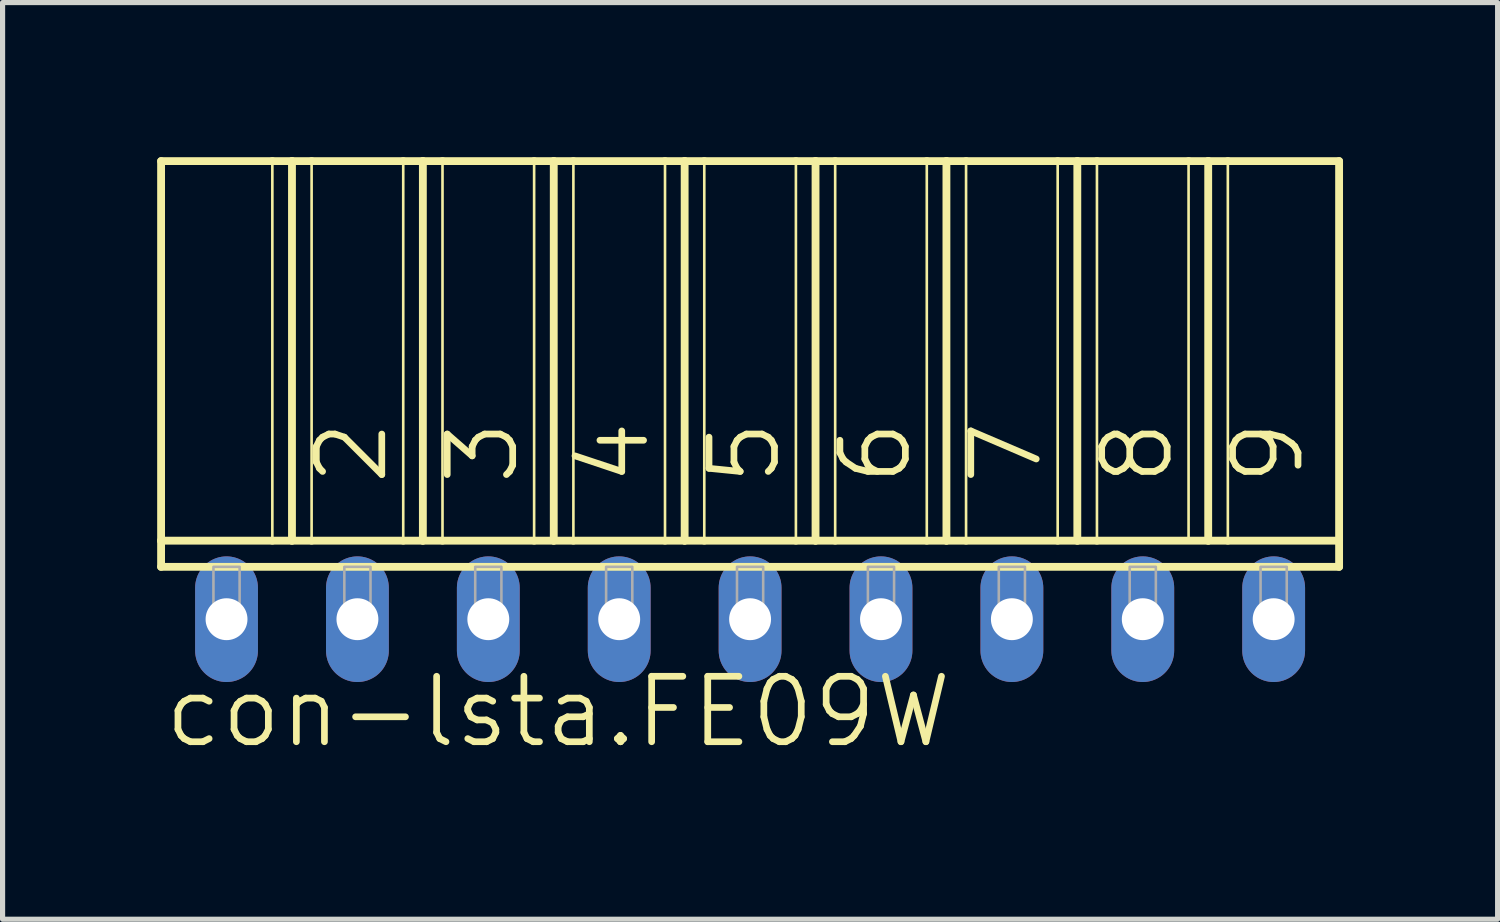
<source format=kicad_pcb>
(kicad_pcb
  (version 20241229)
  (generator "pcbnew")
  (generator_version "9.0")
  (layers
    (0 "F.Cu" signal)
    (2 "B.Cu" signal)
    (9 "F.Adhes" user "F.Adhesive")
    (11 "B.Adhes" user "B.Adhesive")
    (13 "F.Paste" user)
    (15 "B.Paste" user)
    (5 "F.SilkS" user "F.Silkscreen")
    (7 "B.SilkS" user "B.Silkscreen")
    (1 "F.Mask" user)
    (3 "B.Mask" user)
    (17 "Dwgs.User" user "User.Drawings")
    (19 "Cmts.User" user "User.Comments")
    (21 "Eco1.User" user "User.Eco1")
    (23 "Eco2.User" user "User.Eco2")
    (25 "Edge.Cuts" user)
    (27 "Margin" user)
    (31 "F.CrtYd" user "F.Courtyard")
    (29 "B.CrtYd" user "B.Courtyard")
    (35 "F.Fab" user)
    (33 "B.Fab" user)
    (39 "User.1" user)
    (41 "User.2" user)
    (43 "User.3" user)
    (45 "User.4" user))
  (footprint "con-lsta.FE09W"
    (layer "F.Cu")
    (at 11.506 8.966)
    (property "Reference" "con-lsta.FE09W" (at -11.43 2.54 0) (layer "F.SilkS") (effects (font (size 1.27 1.27) (thickness 0.13)) (justify left bottom)))
    (attr through_hole)
    (fp_line (start -11.43 -8.89) (end -9.271 -8.89) (stroke (width 0.152) (type default)) (layer "F.SilkS"))
    (fp_line (start -11.43 -1.524) (end -11.43 -8.89) (stroke (width 0.152) (type default)) (layer "F.SilkS"))
    (fp_line (start -11.43 -1.524) (end -9.271 -1.524) (stroke (width 0.152) (type default)) (layer "F.SilkS"))
    (fp_line (start -11.43 -1.016) (end -11.43 -1.524) (stroke (width 0.152) (type default)) (layer "F.SilkS"))
    (fp_line (start -11.43 -1.016) (end 11.43 -1.016) (stroke (width 0.152) (type default)) (layer "F.SilkS"))
    (fp_line (start -9.271 -8.89) (end -9.271 -1.524) (stroke (width 0.051) (type default)) (layer "F.SilkS"))
    (fp_line (start -9.271 -8.89) (end -8.89 -8.89) (stroke (width 0.152) (type default)) (layer "F.SilkS"))
    (fp_line (start -9.271 -1.524) (end -8.89 -1.524) (stroke (width 0.152) (type default)) (layer "F.SilkS"))
    (fp_line (start -8.89 -8.89) (end -8.89 -1.524) (stroke (width 0.152) (type default)) (layer "F.SilkS"))
    (fp_line (start -8.89 -8.89) (end -8.509 -8.89) (stroke (width 0.152) (type default)) (layer "F.SilkS"))
    (fp_line (start -8.89 -1.524) (end -8.509 -1.524) (stroke (width 0.152) (type default)) (layer "F.SilkS"))
    (fp_line (start -8.509 -8.89) (end -8.509 -1.524) (stroke (width 0.051) (type default)) (layer "F.SilkS"))
    (fp_line (start -8.509 -8.89) (end -6.731 -8.89) (stroke (width 0.152) (type default)) (layer "F.SilkS"))
    (fp_line (start -8.509 -1.524) (end -6.731 -1.524) (stroke (width 0.152) (type default)) (layer "F.SilkS"))
    (fp_line (start -6.731 -8.89) (end -6.731 -1.524) (stroke (width 0.051) (type default)) (layer "F.SilkS"))
    (fp_line (start -6.731 -8.89) (end -6.35 -8.89) (stroke (width 0.152) (type default)) (layer "F.SilkS"))
    (fp_line (start -6.731 -1.524) (end -6.35 -1.524) (stroke (width 0.152) (type default)) (layer "F.SilkS"))
    (fp_line (start -6.35 -8.89) (end -6.35 -1.524) (stroke (width 0.152) (type default)) (layer "F.SilkS"))
    (fp_line (start -6.35 -8.89) (end -5.969 -8.89) (stroke (width 0.152) (type default)) (layer "F.SilkS"))
    (fp_line (start -6.35 -1.524) (end -5.969 -1.524) (stroke (width 0.152) (type default)) (layer "F.SilkS"))
    (fp_line (start -5.969 -8.89) (end -5.969 -1.524) (stroke (width 0.051) (type default)) (layer "F.SilkS"))
    (fp_line (start -5.969 -8.89) (end -4.191 -8.89) (stroke (width 0.152) (type default)) (layer "F.SilkS"))
    (fp_line (start -5.969 -1.524) (end -4.191 -1.524) (stroke (width 0.152) (type default)) (layer "F.SilkS"))
    (fp_line (start -4.191 -8.89) (end -4.191 -1.524) (stroke (width 0.051) (type default)) (layer "F.SilkS"))
    (fp_line (start -4.191 -8.89) (end -3.81 -8.89) (stroke (width 0.152) (type default)) (layer "F.SilkS"))
    (fp_line (start -4.191 -1.524) (end -3.81 -1.524) (stroke (width 0.152) (type default)) (layer "F.SilkS"))
    (fp_line (start -3.81 -8.89) (end -3.81 -1.524) (stroke (width 0.152) (type default)) (layer "F.SilkS"))
    (fp_line (start -3.81 -8.89) (end -3.429 -8.89) (stroke (width 0.152) (type default)) (layer "F.SilkS"))
    (fp_line (start -3.81 -1.524) (end -3.429 -1.524) (stroke (width 0.152) (type default)) (layer "F.SilkS"))
    (fp_line (start -3.429 -8.89) (end -3.429 -1.524) (stroke (width 0.051) (type default)) (layer "F.SilkS"))
    (fp_line (start -3.429 -8.89) (end -1.651 -8.89) (stroke (width 0.152) (type default)) (layer "F.SilkS"))
    (fp_line (start -3.429 -1.524) (end -1.651 -1.524) (stroke (width 0.152) (type default)) (layer "F.SilkS"))
    (fp_line (start -1.651 -8.89) (end -1.651 -1.524) (stroke (width 0.051) (type default)) (layer "F.SilkS"))
    (fp_line (start -1.651 -8.89) (end -1.27 -8.89) (stroke (width 0.152) (type default)) (layer "F.SilkS"))
    (fp_line (start -1.651 -1.524) (end -1.27 -1.524) (stroke (width 0.152) (type default)) (layer "F.SilkS"))
    (fp_line (start -1.27 -8.89) (end -1.27 -1.524) (stroke (width 0.152) (type default)) (layer "F.SilkS"))
    (fp_line (start -1.27 -8.89) (end -0.889 -8.89) (stroke (width 0.152) (type default)) (layer "F.SilkS"))
    (fp_line (start -1.27 -1.524) (end -0.889 -1.524) (stroke (width 0.152) (type default)) (layer "F.SilkS"))
    (fp_line (start -0.889 -8.89) (end -0.889 -1.524) (stroke (width 0.051) (type default)) (layer "F.SilkS"))
    (fp_line (start -0.889 -8.89) (end 0.889 -8.89) (stroke (width 0.152) (type default)) (layer "F.SilkS"))
    (fp_line (start -0.889 -1.524) (end 0.889 -1.524) (stroke (width 0.152) (type default)) (layer "F.SilkS"))
    (fp_line (start 0.889 -8.89) (end 0.889 -1.524) (stroke (width 0.051) (type default)) (layer "F.SilkS"))
    (fp_line (start 0.889 -8.89) (end 1.27 -8.89) (stroke (width 0.152) (type default)) (layer "F.SilkS"))
    (fp_line (start 0.889 -1.524) (end 1.27 -1.524) (stroke (width 0.152) (type default)) (layer "F.SilkS"))
    (fp_line (start 1.27 -8.89) (end 1.27 -1.524) (stroke (width 0.152) (type default)) (layer "F.SilkS"))
    (fp_line (start 1.27 -8.89) (end 1.651 -8.89) (stroke (width 0.152) (type default)) (layer "F.SilkS"))
    (fp_line (start 1.27 -1.524) (end 1.651 -1.524) (stroke (width 0.152) (type default)) (layer "F.SilkS"))
    (fp_line (start 1.651 -8.89) (end 1.651 -1.524) (stroke (width 0.051) (type default)) (layer "F.SilkS"))
    (fp_line (start 1.651 -8.89) (end 3.429 -8.89) (stroke (width 0.152) (type default)) (layer "F.SilkS"))
    (fp_line (start 1.651 -1.524) (end 3.429 -1.524) (stroke (width 0.152) (type default)) (layer "F.SilkS"))
    (fp_line (start 3.429 -8.89) (end 3.429 -1.524) (stroke (width 0.051) (type default)) (layer "F.SilkS"))
    (fp_line (start 3.429 -8.89) (end 3.81 -8.89) (stroke (width 0.152) (type default)) (layer "F.SilkS"))
    (fp_line (start 3.429 -1.524) (end 3.81 -1.524) (stroke (width 0.152) (type default)) (layer "F.SilkS"))
    (fp_line (start 3.81 -8.89) (end 3.81 -1.524) (stroke (width 0.152) (type default)) (layer "F.SilkS"))
    (fp_line (start 3.81 -8.89) (end 4.191 -8.89) (stroke (width 0.152) (type default)) (layer "F.SilkS"))
    (fp_line (start 3.81 -1.524) (end 4.191 -1.524) (stroke (width 0.152) (type default)) (layer "F.SilkS"))
    (fp_line (start 4.191 -8.89) (end 4.191 -1.524) (stroke (width 0.051) (type default)) (layer "F.SilkS"))
    (fp_line (start 4.191 -8.89) (end 5.969 -8.89) (stroke (width 0.152) (type default)) (layer "F.SilkS"))
    (fp_line (start 4.191 -1.524) (end 5.969 -1.524) (stroke (width 0.152) (type default)) (layer "F.SilkS"))
    (fp_line (start 5.969 -8.89) (end 5.969 -1.524) (stroke (width 0.051) (type default)) (layer "F.SilkS"))
    (fp_line (start 5.969 -8.89) (end 6.35 -8.89) (stroke (width 0.152) (type default)) (layer "F.SilkS"))
    (fp_line (start 5.969 -1.524) (end 6.35 -1.524) (stroke (width 0.152) (type default)) (layer "F.SilkS"))
    (fp_line (start 6.35 -8.89) (end 6.35 -1.524) (stroke (width 0.152) (type default)) (layer "F.SilkS"))
    (fp_line (start 6.35 -8.89) (end 6.731 -8.89) (stroke (width 0.152) (type default)) (layer "F.SilkS"))
    (fp_line (start 6.35 -1.524) (end 6.731 -1.524) (stroke (width 0.152) (type default)) (layer "F.SilkS"))
    (fp_line (start 6.731 -8.89) (end 6.731 -1.524) (stroke (width 0.051) (type default)) (layer "F.SilkS"))
    (fp_line (start 6.731 -8.89) (end 8.509 -8.89) (stroke (width 0.152) (type default)) (layer "F.SilkS"))
    (fp_line (start 6.731 -1.524) (end 8.89 -1.524) (stroke (width 0.152) (type default)) (layer "F.SilkS"))
    (fp_line (start 8.509 -8.89) (end 8.509 -1.524) (stroke (width 0.051) (type default)) (layer "F.SilkS"))
    (fp_line (start 8.509 -8.89) (end 8.89 -8.89) (stroke (width 0.152) (type default)) (layer "F.SilkS"))
    (fp_line (start 8.89 -8.89) (end 8.89 -1.524) (stroke (width 0.152) (type default)) (layer "F.SilkS"))
    (fp_line (start 8.89 -8.89) (end 9.271 -8.89) (stroke (width 0.152) (type default)) (layer "F.SilkS"))
    (fp_line (start 8.89 -1.524) (end 9.271 -1.524) (stroke (width 0.152) (type default)) (layer "F.SilkS"))
    (fp_line (start 9.271 -8.89) (end 9.271 -1.524) (stroke (width 0.051) (type default)) (layer "F.SilkS"))
    (fp_line (start 9.271 -8.89) (end 11.43 -8.89) (stroke (width 0.152) (type default)) (layer "F.SilkS"))
    (fp_line (start 9.271 -1.524) (end 11.43 -1.524) (stroke (width 0.152) (type default)) (layer "F.SilkS"))
    (fp_line (start 11.43 -8.89) (end 11.43 -1.524) (stroke (width 0.152) (type default)) (layer "F.SilkS"))
    (fp_line (start 11.43 -1.524) (end 11.43 -1.016) (stroke (width 0.152) (type default)) (layer "F.SilkS"))
    (fp_rect (start -10.414 0) (end -9.906 -1.016) (stroke (width 0.05) (type default)) (fill no) (layer "F.Fab"))
    (fp_rect (start -7.874 0) (end -7.366 -1.016) (stroke (width 0.05) (type default)) (fill no) (layer "F.Fab"))
    (fp_rect (start -5.334 0) (end -4.826 -1.016) (stroke (width 0.05) (type default)) (fill no) (layer "F.Fab"))
    (fp_rect (start -2.794 0) (end -2.286 -1.016) (stroke (width 0.05) (type default)) (fill no) (layer "F.Fab"))
    (fp_rect (start -0.254 0) (end 0.254 -1.016) (stroke (width 0.05) (type default)) (fill no) (layer "F.Fab"))
    (fp_rect (start 2.286 0) (end 2.794 -1.016) (stroke (width 0.05) (type default)) (fill no) (layer "F.Fab"))
    (fp_rect (start 4.826 0) (end 5.334 -1.016) (stroke (width 0.05) (type default)) (fill no) (layer "F.Fab"))
    (fp_rect (start 7.366 0) (end 7.874 -1.016) (stroke (width 0.05) (type default)) (fill no) (layer "F.Fab"))
    (fp_rect (start 9.906 0) (end 10.414 -1.016) (stroke (width 0.05) (type default)) (fill no) (layer "F.Fab"))
    (fp_text user "4" (at -1.905 -2.54 90) (layer "F.SilkS") (effects (font (size 1.27 1.27) (thickness 0.13)) (justify left bottom)))
    (fp_text user "7" (at 5.715 -2.54 90) (layer "F.SilkS") (effects (font (size 1.27 1.27) (thickness 0.13)) (justify left bottom)))
    (fp_text user "3" (at -4.445 -2.54 90) (layer "F.SilkS") (effects (font (size 1.27 1.27) (thickness 0.13)) (justify left bottom)))
    (fp_text user "2" (at -6.985 -2.54 90) (layer "F.SilkS") (effects (font (size 1.27 1.27) (thickness 0.13)) (justify left bottom)))
    (fp_text user "8" (at 8.255 -2.54 90) (layer "F.SilkS") (effects (font (size 1.27 1.27) (thickness 0.13)) (justify left bottom)))
    (fp_text user "6" (at 3.175 -2.54 90) (layer "F.SilkS") (effects (font (size 1.27 1.27) (thickness 0.13)) (justify left bottom)))
    (fp_text user "5" (at 0.635 -2.54 90) (layer "F.SilkS") (effects (font (size 1.27 1.27) (thickness 0.13)) (justify left bottom)))
    (fp_text user "9" (at 10.795 -2.54 90) (layer "F.SilkS") (effects (font (size 1.27 1.27) (thickness 0.13)) (justify left bottom)))
    (pad "1" thru_hole oval (at -10.16 0 90) (size 2.438 1.219) (drill 0.813) (layers "*.Cu" "*.Mask"))
    (pad "2" thru_hole oval (at -7.62 0 90) (size 2.438 1.219) (drill 0.813) (layers "*.Cu" "*.Mask"))
    (pad "3" thru_hole oval (at -5.08 0 90) (size 2.438 1.219) (drill 0.813) (layers "*.Cu" "*.Mask"))
    (pad "4" thru_hole oval (at -2.54 0 90) (size 2.438 1.219) (drill 0.813) (layers "*.Cu" "*.Mask"))
    (pad "5" thru_hole oval (at 0 0 90) (size 2.438 1.219) (drill 0.813) (layers "*.Cu" "*.Mask"))
    (pad "6" thru_hole oval (at 2.54 0 90) (size 2.438 1.219) (drill 0.813) (layers "*.Cu" "*.Mask"))
    (pad "7" thru_hole oval (at 5.08 0 90) (size 2.438 1.219) (drill 0.813) (layers "*.Cu" "*.Mask"))
    (pad "8" thru_hole oval (at 7.62 0 90) (size 2.438 1.219) (drill 0.813) (layers "*.Cu" "*.Mask"))
    (pad "9" thru_hole oval (at 10.16 0 90) (size 2.438 1.219) (drill 0.813) (layers "*.Cu" "*.Mask")))
  (gr_rect
    (start -3 -3)
    (end 26.012 14.788)
    (stroke (width 0.1) (type default))
    (fill no)
    (layer "Edge.Cuts")))
</source>
